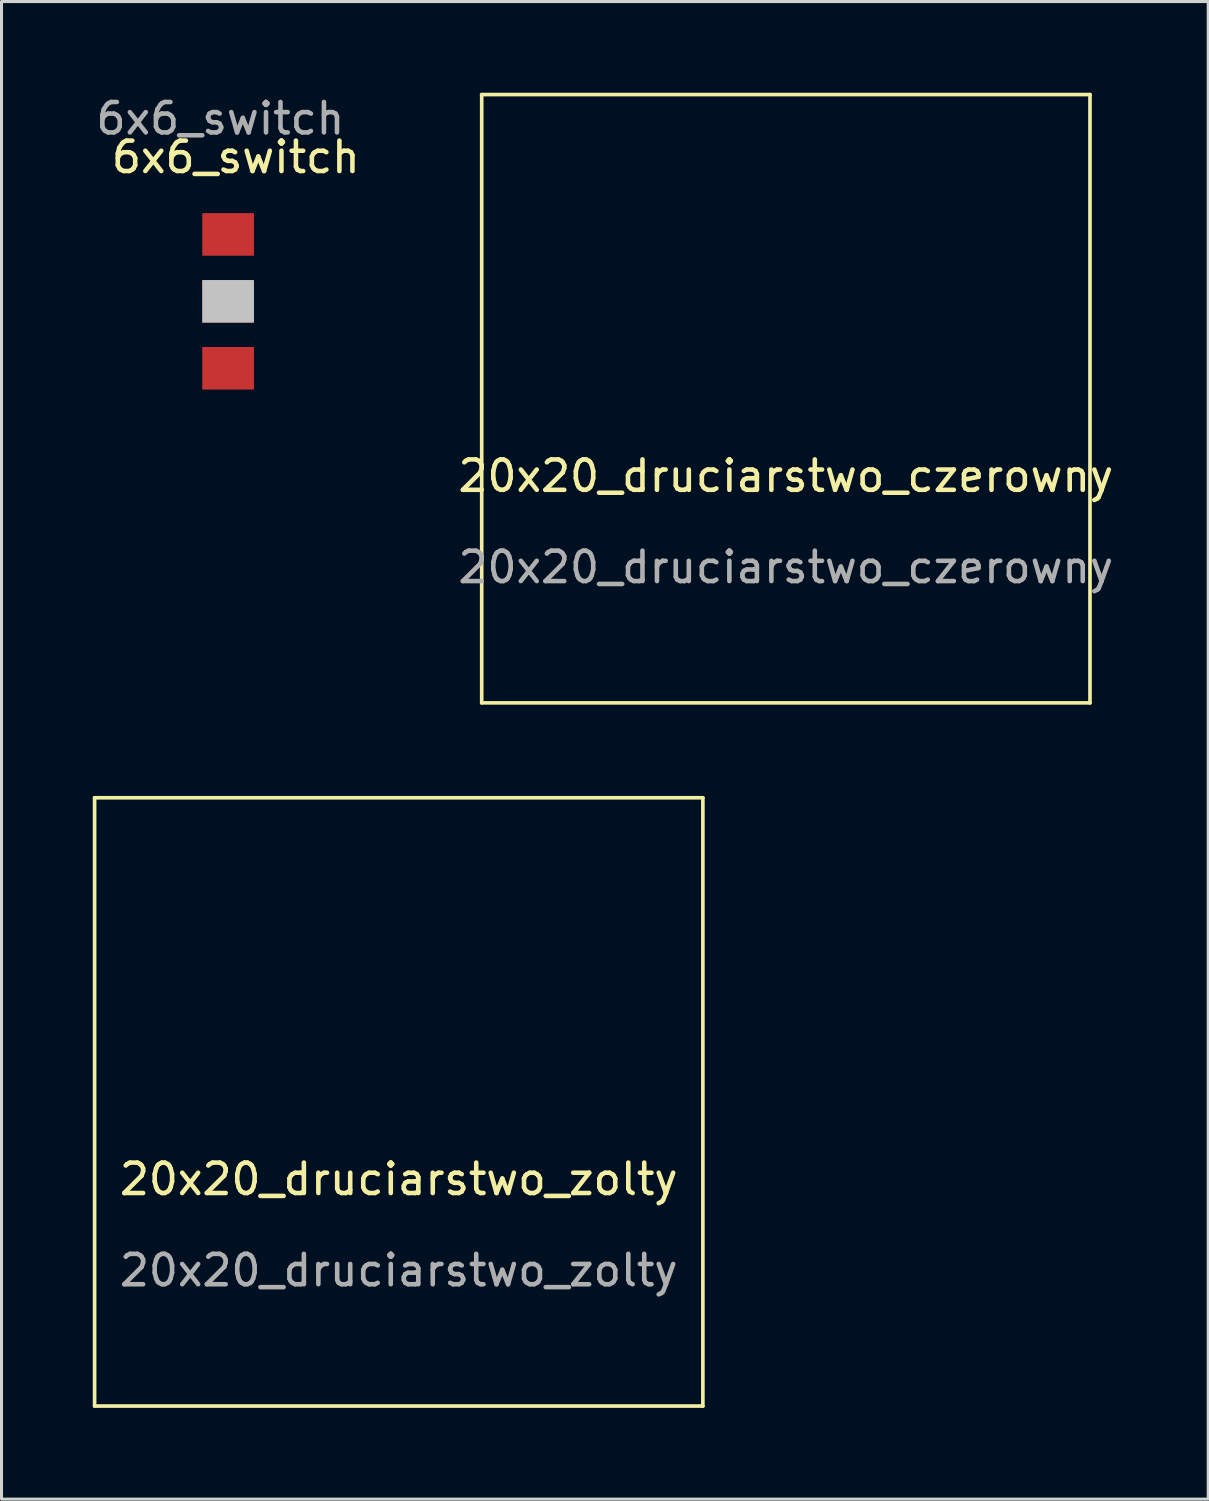
<source format=kicad_pcb>
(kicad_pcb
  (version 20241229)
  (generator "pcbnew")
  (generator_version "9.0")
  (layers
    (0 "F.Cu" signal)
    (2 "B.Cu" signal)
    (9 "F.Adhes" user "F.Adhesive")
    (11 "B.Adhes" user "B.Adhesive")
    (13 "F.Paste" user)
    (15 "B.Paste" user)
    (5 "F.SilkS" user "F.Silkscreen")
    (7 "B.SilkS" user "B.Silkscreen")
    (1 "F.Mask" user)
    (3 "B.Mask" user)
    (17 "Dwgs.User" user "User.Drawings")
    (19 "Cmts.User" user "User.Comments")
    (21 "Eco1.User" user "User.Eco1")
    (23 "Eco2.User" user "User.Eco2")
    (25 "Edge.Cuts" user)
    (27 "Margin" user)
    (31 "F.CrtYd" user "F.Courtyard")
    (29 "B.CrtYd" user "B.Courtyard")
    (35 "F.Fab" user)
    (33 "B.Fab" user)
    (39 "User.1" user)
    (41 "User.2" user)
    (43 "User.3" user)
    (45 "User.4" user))
  (footprint "20x20_druciarstwo_zolty"
    (layer "F.Cu")
    (at 10.06 33.18)
    (property "Reference" "20x20_druciarstwo_zolty" (at 0 2.54 0) (unlocked yes) (layer "F.SilkS") (effects (font (size 1 1) (thickness 0.15))))
    (attr smd)
    (fp_line (start -10 -10) (end 10 -10) (stroke (width 0.12) (type solid)) (layer "F.SilkS"))
    (fp_line (start -10 10) (end -10 -10) (stroke (width 0.12) (type solid)) (layer "F.SilkS"))
    (fp_line (start -10 10) (end 10 10) (stroke (width 0.12) (type solid)) (layer "F.SilkS"))
    (fp_line (start 10 -10) (end 10 10) (stroke (width 0.12) (type solid)) (layer "F.SilkS"))
    (fp_text user "${REFERENCE}" (at 0 5.54 0) (unlocked yes) (layer "F.Fab") (effects (font (size 1 1) (thickness 0.15)))))
  (footprint "20x20_druciarstwo_czerowny"
    (layer "F.Cu")
    (at 22.788 10.06)
    (property "Reference" "20x20_druciarstwo_czerowny" (at 0 2.54 0) (unlocked yes) (layer "F.SilkS") (effects (font (size 1 1) (thickness 0.15))))
    (attr smd)
    (fp_line (start -10 -10) (end 10 -10) (stroke (width 0.12) (type solid)) (layer "F.SilkS"))
    (fp_line (start -10 10) (end -10 -10) (stroke (width 0.12) (type solid)) (layer "F.SilkS"))
    (fp_line (start -10 10) (end 10 10) (stroke (width 0.12) (type solid)) (layer "F.SilkS"))
    (fp_line (start 10 -10) (end 10 10) (stroke (width 0.12) (type solid)) (layer "F.SilkS"))
    (fp_text user "${REFERENCE}" (at 0 5.54 0) (unlocked yes) (layer "F.Fab") (effects (font (size 1 1) (thickness 0.15)))))
  (footprint "6x6_switch"
    (layer "F.Cu")
    (at 4.45 4.658)
    (property "Reference" "6x6_switch" (at 0.254 -2.54 0) (unlocked yes) (layer "F.SilkS") (effects (font (size 1 1) (thickness 0.15))))
    (attr smd)
    (fp_text user "${REFERENCE}" (at -0.254 -3.81 0) (unlocked yes) (layer "F.Fab") (effects (font (size 1 1) (thickness 0.15))))
    (pad "1" smd rect (at 0 0) (size 1.7 1.4) (layers "F.Cu" "F.Mask" "F.Paste"))
    (pad "2" smd rect (at 0 2.2) (size 1.7 1.4) (layers "F.Cu" "F.Mask" "F.Paste" "Dwgs.User"))
    (pad "3" smd rect (at 0 4.4) (size 1.7 1.4) (layers "F.Cu" "F.Mask" "F.Paste")))
  (gr_rect
    (start -3 -3)
    (end 36.675 46.24)
    (stroke (width 0.1) (type default))
    (fill no)
    (layer "Edge.Cuts")))
</source>
